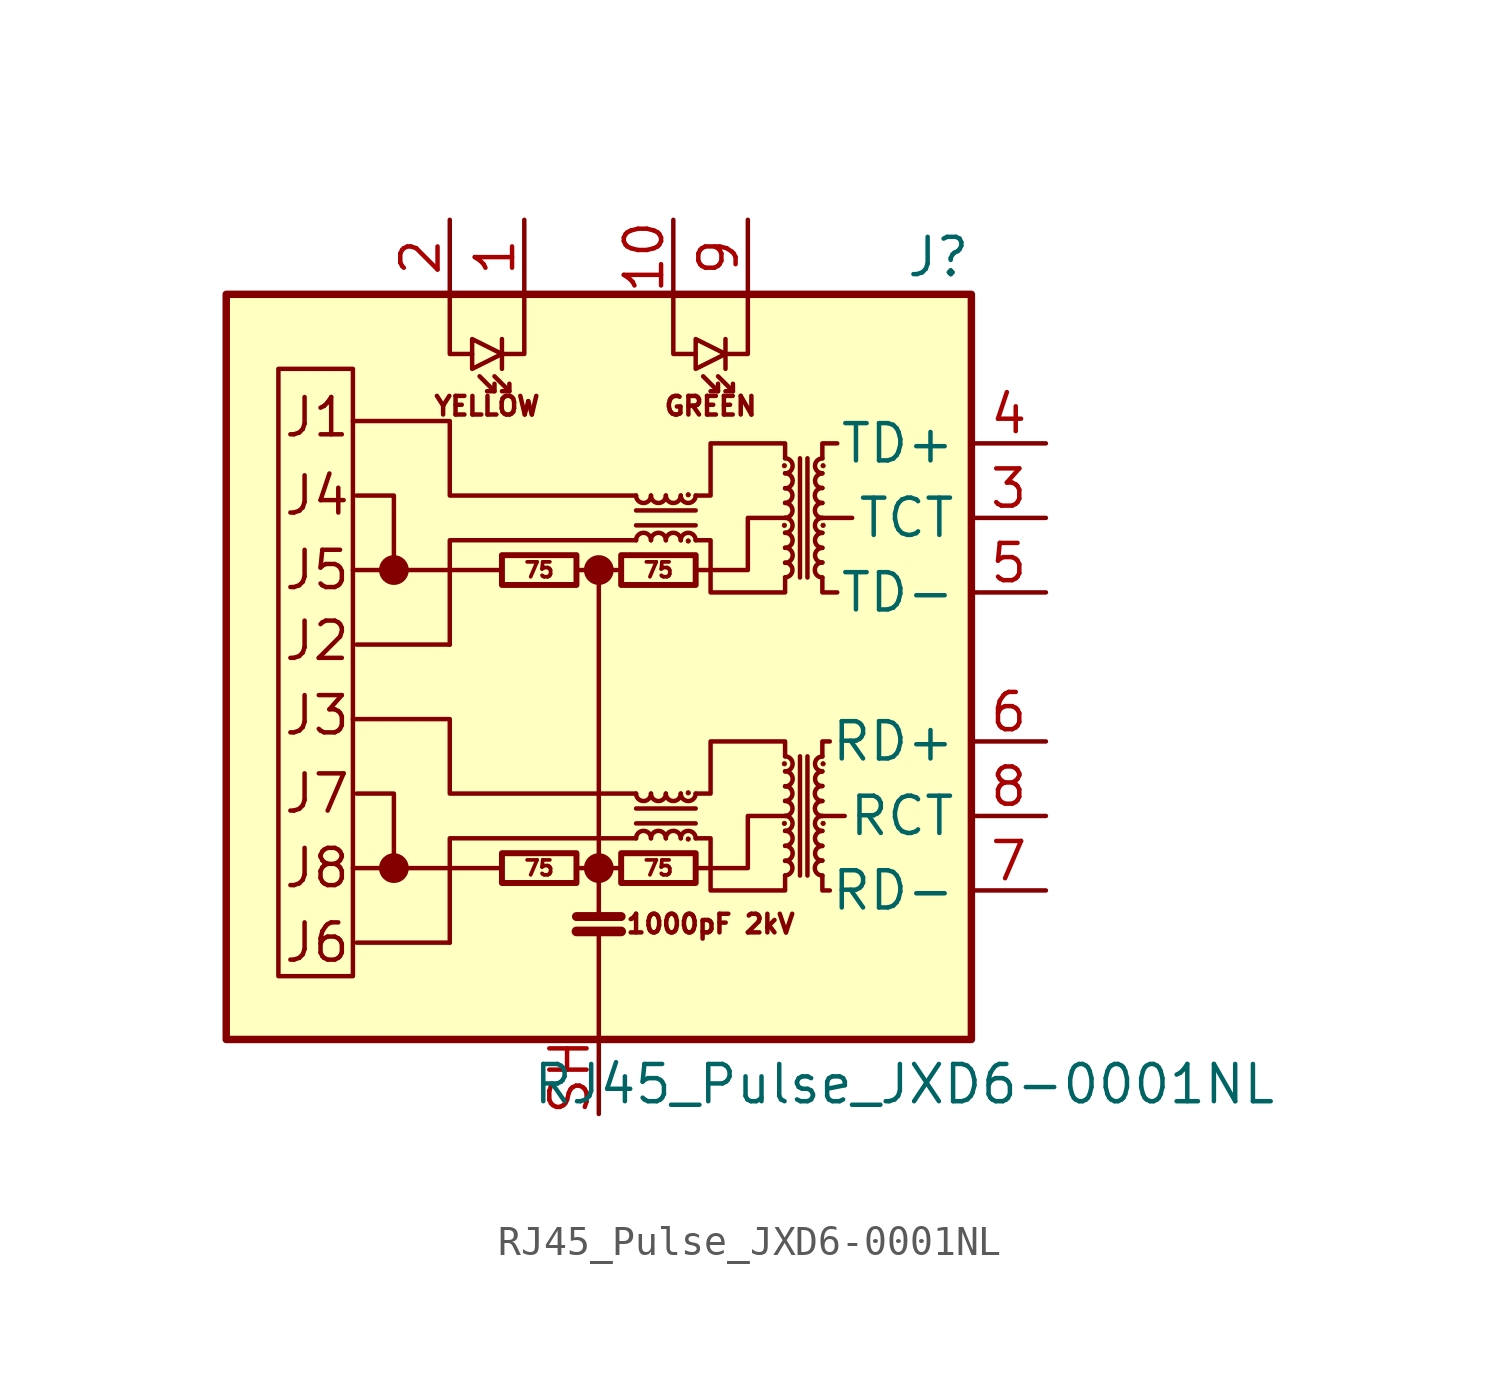
<source format=kicad_sym>
(kicad_symbol_lib
  (version 20220914)
  (generator kicad_symbol_editor)
  (symbol "RJ45_Pulse_JXD6-0001NL"
    (property "Reference" "J"
      (at 12.7 13.97 0)
      (effects (font (size 1.27 1.27)) (justify right)))
    (property "Value" "RJ45_Pulse_JXD6-0001NL"
      (at 10.414 -14.224 0)
      (effects (font (size 1.27 1.27))))
    (symbol "RJ45_Pulse_JXD6-0001NL_0_0"
      (rectangle (start -12.7 12.7) (end 12.7 -12.7) (stroke (width 0.254) (type default)) (fill (type background)))
      (circle (center -6.985 -6.858) (radius 0.0001) (stroke (width 0.508) (type default)) (fill (type none)))
      (circle (center -6.985 3.302) (radius 0.0001) (stroke (width 0.508) (type default)) (fill (type none)))
      (circle (center 0 -6.858) (radius 0.0001) (stroke (width 0.508) (type default)) (fill (type none)))
      (polyline (pts (xy -3.302 -6.858) (xy -8.382 -6.858)) (stroke (width 0) (type default)) (fill (type none)))
      (polyline (pts (xy -3.302 3.302) (xy -8.382 3.302)) (stroke (width 0) (type default)) (fill (type none)))
      (polyline (pts (xy 8.382 -5.08) (xy 7.62 -5.08)) (stroke (width 0) (type default)) (fill (type none)))
      (polyline (pts (xy 8.636 5.08) (xy 7.62 5.08)) (stroke (width 0) (type default)) (fill (type none)))
      (polyline (pts (xy 1.27 -4.318) (xy -5.08 -4.318) (xy -5.08 -1.778) (xy -8.382 -1.778)) (stroke (width 0) (type default)) (fill (type none)))
      (polyline (pts (xy 1.27 5.842) (xy -5.08 5.842) (xy -5.08 8.382) (xy -8.382 8.382)) (stroke (width 0) (type default)) (fill (type none)))
      (polyline (pts (xy 3.302 -6.858) (xy 5.08 -6.858) (xy 5.08 -5.08) (xy 6.35 -5.08)) (stroke (width 0) (type default)) (fill (type none)))
      (polyline (pts (xy 3.302 3.302) (xy 5.08 3.302) (xy 5.08 5.08) (xy 6.35 5.08)) (stroke (width 0) (type default)) (fill (type none)))
      (circle (center 0 3.302) (radius 0.0001) (stroke (width 0.508) (type default)) (fill (type none)))
      (text "1000pF 2kV" (at 3.81 -8.763 0) (effects (font (size 0.635 0.635))))
      (text "GREEN" (at 3.81 8.89 0) (effects (font (size 0.635 0.635))))
      (text "J1" (at -10.795 8.509 0) (effects (font (size 1.27 1.27)) (justify left)))
      (text "J2" (at -10.795 0.889 0) (effects (font (size 1.27 1.27)) (justify left)))
      (text "J3" (at -10.795 -1.651 0) (effects (font (size 1.27 1.27)) (justify left)))
      (text "J4" (at -10.795 5.842 0) (effects (font (size 1.27 1.27)) (justify left)))
      (text "J5" (at -10.795 3.302 0) (effects (font (size 1.27 1.27)) (justify left)))
      (text "J6" (at -10.795 -9.398 0) (effects (font (size 1.27 1.27)) (justify left)))
      (text "J7" (at -10.795 -4.318 0) (effects (font (size 1.27 1.27)) (justify left)))
      (text "J8" (at -10.795 -6.858 0) (effects (font (size 1.27 1.27)) (justify left)))
      (text "YELLOW" (at -3.81 8.89 0) (effects (font (size 0.635 0.635)))))
    (symbol "RJ45_Pulse_JXD6-0001NL_0_1"
      (rectangle (start -8.382 -10.541) (end -10.922 10.16) (stroke (width 0) (type default)) (fill (type none)))
      (rectangle (start -3.302 -7.366) (end -0.762 -6.35) (stroke (width 0.203) (type default)) (fill (type none)))
      (rectangle (start -3.302 2.794) (end -0.762 3.81) (stroke (width 0.203) (type default)) (fill (type none)))
      (polyline (pts (xy -5.08 -9.398) (xy -8.255 -9.398)) (stroke (width 0) (type default)) (fill (type none)))
      (polyline (pts (xy -5.08 0.762) (xy -8.255 0.762)) (stroke (width 0) (type default)) (fill (type none)))
      (polyline (pts (xy -3.556 9.398) (xy -4.064 9.906)) (stroke (width 0) (type default)) (fill (type none)))
      (polyline (pts (xy -3.302 11.176) (xy -3.302 10.16)) (stroke (width 0) (type default)) (fill (type none)))
      (polyline (pts (xy -3.048 9.398) (xy -3.556 9.906)) (stroke (width 0) (type default)) (fill (type none)))
      (polyline (pts (xy -0.762 -9.017) (xy 0.762 -9.017)) (stroke (width 0.33) (type default)) (fill (type none)))
      (polyline (pts (xy -0.762 -8.509) (xy 0.762 -8.509)) (stroke (width 0.305) (type default)) (fill (type none)))
      (polyline (pts (xy 0 -9.017) (xy 0 -12.7)) (stroke (width 0) (type default)) (fill (type none)))
      (polyline (pts (xy 0 3.302) (xy -0.762 3.302)) (stroke (width 0) (type default)) (fill (type none)))
      (polyline (pts (xy 0.762 -6.858) (xy -0.762 -6.858)) (stroke (width 0) (type default)) (fill (type none)))
      (polyline (pts (xy 1.27 -5.334) (xy 3.302 -5.334)) (stroke (width 0) (type default)) (fill (type none)))
      (polyline (pts (xy 1.27 4.826) (xy 3.302 4.826)) (stroke (width 0) (type default)) (fill (type none)))
      (polyline (pts (xy 3.302 -4.826) (xy 1.27 -4.826)) (stroke (width 0) (type default)) (fill (type none)))
      (polyline (pts (xy 3.302 5.334) (xy 1.27 5.334)) (stroke (width 0) (type default)) (fill (type none)))
      (polyline (pts (xy 4.064 9.398) (xy 3.556 9.906)) (stroke (width 0) (type default)) (fill (type none)))
      (polyline (pts (xy 4.318 11.176) (xy 4.318 10.16)) (stroke (width 0) (type default)) (fill (type none)))
      (polyline (pts (xy 4.572 9.398) (xy 4.064 9.906)) (stroke (width 0) (type default)) (fill (type none)))
      (polyline (pts (xy 6.858 -3.048) (xy 6.858 -7.112)) (stroke (width 0) (type default)) (fill (type none)))
      (polyline (pts (xy 6.858 7.112) (xy 6.858 3.048)) (stroke (width 0) (type default)) (fill (type none)))
      (polyline (pts (xy 7.112 -7.112) (xy 7.112 -3.048)) (stroke (width 0) (type default)) (fill (type none)))
      (polyline (pts (xy 7.112 3.048) (xy 7.112 7.112)) (stroke (width 0) (type default)) (fill (type none)))
      (polyline (pts (xy -6.985 -6.858) (xy -6.985 -4.318) (xy -8.255 -4.318)) (stroke (width 0) (type default)) (fill (type none)))
      (polyline (pts (xy -6.985 3.302) (xy -6.985 5.842) (xy -8.255 5.842)) (stroke (width 0) (type default)) (fill (type none)))
      (polyline (pts (xy -5.08 12.7) (xy -5.08 10.668) (xy -4.318 10.668)) (stroke (width 0) (type default)) (fill (type none)))
      (polyline (pts (xy -3.556 9.652) (xy -3.556 9.398) (xy -3.81 9.398)) (stroke (width 0) (type default)) (fill (type none)))
      (polyline (pts (xy -3.048 9.652) (xy -3.048 9.398) (xy -3.302 9.398)) (stroke (width 0) (type default)) (fill (type none)))
      (polyline (pts (xy -2.54 12.7) (xy -2.54 10.668) (xy -3.302 10.668)) (stroke (width 0) (type default)) (fill (type none)))
      (polyline (pts (xy 0 -8.509) (xy 0 3.302) (xy 0.635 3.302)) (stroke (width 0) (type default)) (fill (type none)))
      (polyline (pts (xy 1.27 -5.842) (xy -5.08 -5.842) (xy -5.08 -9.398)) (stroke (width 0) (type default)) (fill (type none)))
      (polyline (pts (xy 1.27 4.318) (xy -5.08 4.318) (xy -5.08 0.762)) (stroke (width 0) (type default)) (fill (type none)))
      (polyline (pts (xy 2.54 12.7) (xy 2.54 10.668) (xy 3.302 10.668)) (stroke (width 0) (type default)) (fill (type none)))
      (polyline (pts (xy 4.064 9.652) (xy 4.064 9.398) (xy 3.81 9.398)) (stroke (width 0) (type default)) (fill (type none)))
      (polyline (pts (xy 4.572 9.652) (xy 4.572 9.398) (xy 4.318 9.398)) (stroke (width 0) (type default)) (fill (type none)))
      (polyline (pts (xy 5.08 12.7) (xy 5.08 10.668) (xy 4.318 10.668)) (stroke (width 0) (type default)) (fill (type none)))
      (polyline (pts (xy 7.62 -7.112) (xy 7.62 -7.62) (xy 7.874 -7.62)) (stroke (width 0) (type default)) (fill (type none)))
      (polyline (pts (xy 7.62 -3.048) (xy 7.62 -2.54) (xy 7.874 -2.54)) (stroke (width 0) (type default)) (fill (type none)))
      (polyline (pts (xy 7.62 3.048) (xy 7.62 2.54) (xy 8.128 2.54)) (stroke (width 0) (type default)) (fill (type none)))
      (polyline (pts (xy 7.62 7.112) (xy 7.62 7.62) (xy 8.128 7.62)) (stroke (width 0) (type default)) (fill (type none)))
      (polyline (pts (xy -3.302 10.668) (xy -4.318 11.176) (xy -4.318 10.16) (xy -3.302 10.668)) (stroke (width 0) (type default)) (fill (type none)))
      (polyline (pts (xy 4.318 10.668) (xy 3.302 11.176) (xy 3.302 10.16) (xy 4.318 10.668)) (stroke (width 0) (type default)) (fill (type none)))
      (polyline (pts (xy 3.302 -4.318) (xy 3.81 -4.318) (xy 3.81 -2.54) (xy 6.35 -2.54) (xy 6.35 -3.048)) (stroke (width 0) (type default)) (fill (type none)))
      (polyline (pts (xy 3.302 5.842) (xy 3.81 5.842) (xy 3.81 7.62) (xy 6.35 7.62) (xy 6.35 7.112)) (stroke (width 0) (type default)) (fill (type none)))
      (polyline (pts (xy 6.35 -7.112) (xy 6.35 -7.62) (xy 3.81 -7.62) (xy 3.81 -5.842) (xy 3.302 -5.842)) (stroke (width 0) (type default)) (fill (type none)))
      (polyline (pts (xy 6.35 3.048) (xy 6.35 2.54) (xy 3.81 2.54) (xy 3.81 4.318) (xy 3.302 4.318)) (stroke (width 0) (type default)) (fill (type none)))
      (rectangle (start 0.762 -7.366) (end 3.302 -6.35) (stroke (width 0.203) (type default)) (fill (type none)))
      (rectangle (start 0.762 2.794) (end 3.302 3.81) (stroke (width 0.203) (type default)) (fill (type none)))
      (arc (start 1.27 -4.318) (mid 1.524 -4.5709) (end 1.778 -4.318) (stroke (width 0) (type default)) (fill (type none)))
      (arc (start 1.27 5.842) (mid 1.524 5.5891) (end 1.778 5.842) (stroke (width 0) (type default)) (fill (type none)))
      (arc (start 1.778 -5.842) (mid 1.524 -5.5891) (end 1.27 -5.842) (stroke (width 0) (type default)) (fill (type none)))
      (arc (start 1.778 -4.318) (mid 2.032 -4.5709) (end 2.286 -4.318) (stroke (width 0) (type default)) (fill (type none)))
      (arc (start 1.778 4.318) (mid 1.524 4.5709) (end 1.27 4.318) (stroke (width 0) (type default)) (fill (type none)))
      (arc (start 1.778 5.842) (mid 2.032 5.5891) (end 2.286 5.842) (stroke (width 0) (type default)) (fill (type none)))
      (arc (start 2.286 -5.842) (mid 2.032 -5.5891) (end 1.778 -5.842) (stroke (width 0) (type default)) (fill (type none)))
      (arc (start 2.286 -4.318) (mid 2.54 -4.5709) (end 2.794 -4.318) (stroke (width 0) (type default)) (fill (type none)))
      (arc (start 2.286 4.318) (mid 2.032 4.5709) (end 1.778 4.318) (stroke (width 0) (type default)) (fill (type none)))
      (arc (start 2.286 5.842) (mid 2.54 5.5891) (end 2.794 5.842) (stroke (width 0) (type default)) (fill (type none)))
      (arc (start 2.794 -5.842) (mid 2.54 -5.5891) (end 2.286 -5.842) (stroke (width 0) (type default)) (fill (type none)))
      (arc (start 2.794 -4.318) (mid 3.048 -4.5709) (end 3.302 -4.318) (stroke (width 0) (type default)) (fill (type none)))
      (arc (start 2.794 4.318) (mid 2.54 4.5709) (end 2.286 4.318) (stroke (width 0) (type default)) (fill (type none)))
      (arc (start 2.794 5.842) (mid 3.048 5.5891) (end 3.302 5.842) (stroke (width 0) (type default)) (fill (type none)))
      (circle (center 3.048 -5.867) (radius 0.076) (stroke (width 0.025) (type default)) (fill (type outline)))
      (circle (center 3.048 -4.293) (radius 0.076) (stroke (width 0.025) (type default)) (fill (type outline)))
      (circle (center 3.048 4.293) (radius 0.076) (stroke (width 0.025) (type default)) (fill (type outline)))
      (circle (center 3.048 5.867) (radius 0.076) (stroke (width 0.025) (type default)) (fill (type outline)))
      (arc (start 3.302 -5.842) (mid 3.048 -5.5891) (end 2.794 -5.842) (stroke (width 0) (type default)) (fill (type none)))
      (arc (start 3.302 4.318) (mid 3.048 4.5709) (end 2.794 4.318) (stroke (width 0) (type default)) (fill (type none)))
      (circle (center 6.325 -5.334) (radius 0.076) (stroke (width 0.025) (type default)) (fill (type outline)))
      (circle (center 6.325 -3.302) (radius 0.076) (stroke (width 0.025) (type default)) (fill (type outline)))
      (circle (center 6.325 4.826) (radius 0.076) (stroke (width 0.025) (type default)) (fill (type outline)))
      (circle (center 6.325 6.858) (radius 0.076) (stroke (width 0.025) (type default)) (fill (type outline)))
      (arc (start 6.35 -7.112) (mid 6.6029 -6.858) (end 6.35 -6.604) (stroke (width 0) (type default)) (fill (type none)))
      (arc (start 6.35 -6.604) (mid 6.6029 -6.35) (end 6.35 -6.096) (stroke (width 0) (type default)) (fill (type none)))
      (arc (start 6.35 -6.096) (mid 6.6029 -5.842) (end 6.35 -5.588) (stroke (width 0) (type default)) (fill (type none)))
      (arc (start 6.35 -5.588) (mid 6.6029 -5.334) (end 6.35 -5.08) (stroke (width 0) (type default)) (fill (type none)))
      (arc (start 6.35 -5.08) (mid 6.6029 -4.826) (end 6.35 -4.572) (stroke (width 0) (type default)) (fill (type none)))
      (arc (start 6.35 -4.572) (mid 6.6029 -4.318) (end 6.35 -4.064) (stroke (width 0) (type default)) (fill (type none)))
      (arc (start 6.35 -4.064) (mid 6.6029 -3.81) (end 6.35 -3.556) (stroke (width 0) (type default)) (fill (type none)))
      (arc (start 6.35 -3.556) (mid 6.6029 -3.302) (end 6.35 -3.048) (stroke (width 0) (type default)) (fill (type none)))
      (arc (start 6.35 3.048) (mid 6.6029 3.302) (end 6.35 3.556) (stroke (width 0) (type default)) (fill (type none)))
      (arc (start 6.35 3.556) (mid 6.6029 3.81) (end 6.35 4.064) (stroke (width 0) (type default)) (fill (type none)))
      (arc (start 6.35 4.064) (mid 6.6029 4.318) (end 6.35 4.572) (stroke (width 0) (type default)) (fill (type none)))
      (arc (start 6.35 4.572) (mid 6.6029 4.826) (end 6.35 5.08) (stroke (width 0) (type default)) (fill (type none)))
      (arc (start 6.35 5.08) (mid 6.6029 5.334) (end 6.35 5.588) (stroke (width 0) (type default)) (fill (type none)))
      (arc (start 6.35 5.588) (mid 6.6029 5.842) (end 6.35 6.096) (stroke (width 0) (type default)) (fill (type none)))
      (arc (start 6.35 6.096) (mid 6.6029 6.35) (end 6.35 6.604) (stroke (width 0) (type default)) (fill (type none)))
      (arc (start 6.35 6.604) (mid 6.6029 6.858) (end 6.35 7.112) (stroke (width 0) (type default)) (fill (type none)))
      (arc (start 7.62 -6.604) (mid 7.3671 -6.858) (end 7.62 -7.112) (stroke (width 0) (type default)) (fill (type none)))
      (arc (start 7.62 -6.096) (mid 7.3671 -6.35) (end 7.62 -6.604) (stroke (width 0) (type default)) (fill (type none)))
      (arc (start 7.62 -5.588) (mid 7.3671 -5.842) (end 7.62 -6.096) (stroke (width 0) (type default)) (fill (type none)))
      (arc (start 7.62 -5.08) (mid 7.3671 -5.334) (end 7.62 -5.588) (stroke (width 0) (type default)) (fill (type none)))
      (arc (start 7.62 -4.572) (mid 7.3671 -4.826) (end 7.62 -5.08) (stroke (width 0) (type default)) (fill (type none)))
      (arc (start 7.62 -4.064) (mid 7.3671 -4.318) (end 7.62 -4.572) (stroke (width 0) (type default)) (fill (type none)))
      (arc (start 7.62 -3.556) (mid 7.3671 -3.81) (end 7.62 -4.064) (stroke (width 0) (type default)) (fill (type none)))
      (arc (start 7.62 -3.048) (mid 7.3671 -3.302) (end 7.62 -3.556) (stroke (width 0) (type default)) (fill (type none)))
      (arc (start 7.62 3.556) (mid 7.3671 3.302) (end 7.62 3.048) (stroke (width 0) (type default)) (fill (type none)))
      (arc (start 7.62 4.064) (mid 7.3671 3.81) (end 7.62 3.556) (stroke (width 0) (type default)) (fill (type none)))
      (arc (start 7.62 4.572) (mid 7.3671 4.318) (end 7.62 4.064) (stroke (width 0) (type default)) (fill (type none)))
      (arc (start 7.62 5.08) (mid 7.3671 4.826) (end 7.62 4.572) (stroke (width 0) (type default)) (fill (type none)))
      (arc (start 7.62 5.588) (mid 7.3671 5.334) (end 7.62 5.08) (stroke (width 0) (type default)) (fill (type none)))
      (arc (start 7.62 6.096) (mid 7.3671 5.842) (end 7.62 5.588) (stroke (width 0) (type default)) (fill (type none)))
      (arc (start 7.62 6.604) (mid 7.3671 6.35) (end 7.62 6.096) (stroke (width 0) (type default)) (fill (type none)))
      (arc (start 7.62 7.112) (mid 7.3671 6.858) (end 7.62 6.604) (stroke (width 0) (type default)) (fill (type none)))
      (circle (center 7.645 -5.334) (radius 0.076) (stroke (width 0.025) (type default)) (fill (type outline)))
      (circle (center 7.645 -3.302) (radius 0.076) (stroke (width 0.025) (type default)) (fill (type outline)))
      (circle (center 7.645 4.826) (radius 0.076) (stroke (width 0.025) (type default)) (fill (type outline)))
      (circle (center 7.645 6.858) (radius 0.076) (stroke (width 0.025) (type default)) (fill (type outline))))
    (symbol "RJ45_Pulse_JXD6-0001NL_1_0"
      (text "75" (at -2.032 -6.858 0) (effects (font (size 0.508 0.508))))
      (text "75" (at -2.032 3.302 0) (effects (font (size 0.508 0.508))))
      (text "75" (at 2.032 -6.858 0) (effects (font (size 0.508 0.508))))
      (text "75" (at 2.032 3.302 0) (effects (font (size 0.508 0.508)))))
    (symbol "RJ45_Pulse_JXD6-0001NL_1_1"
      (pin passive line (at -2.54 15.24 270) (length 2.54) (name "~" (effects (font (size 1.27 1.27)))) (number "1" (effects (font (size 1.27 1.27)))))
      (pin passive line (at 2.54 15.24 270) (length 2.54) (name "~" (effects (font (size 1.27 1.27)))) (number "10" (effects (font (size 1.27 1.27)))))
      (pin passive line (at -5.08 15.24 270) (length 2.54) (name "~" (effects (font (size 1.27 1.27)))) (number "2" (effects (font (size 1.27 1.27)))))
      (pin passive line (at 15.24 5.08 180) (length 2.54) (name "TCT" (effects (font (size 1.27 1.27)))) (number "3" (effects (font (size 1.27 1.27)))))
      (pin passive line (at 15.24 7.62 180) (length 2.54) (name "TD+" (effects (font (size 1.27 1.27)))) (number "4" (effects (font (size 1.27 1.27)))))
      (pin passive line (at 15.24 2.54 180) (length 2.54) (name "TD-" (effects (font (size 1.27 1.27)))) (number "5" (effects (font (size 1.27 1.27)))))
      (pin passive line (at 15.24 -2.54 180) (length 2.54) (name "RD+" (effects (font (size 1.27 1.27)))) (number "6" (effects (font (size 1.27 1.27)))))
      (pin passive line (at 15.24 -7.62 180) (length 2.54) (name "RD-" (effects (font (size 1.27 1.27)))) (number "7" (effects (font (size 1.27 1.27)))))
      (pin passive line (at 15.24 -5.08 180) (length 2.54) (name "RCT" (effects (font (size 1.27 1.27)))) (number "8" (effects (font (size 1.27 1.27)))))
      (pin passive line (at 5.08 15.24 270) (length 2.54) (name "~" (effects (font (size 1.27 1.27)))) (number "9" (effects (font (size 1.27 1.27)))))
      (pin passive line (at 0 -15.24 90) (length 2.54) (name "~" (effects (font (size 1.27 1.27)))) (number "SH" (effects (font (size 1.27 1.27))))))))
</source>
